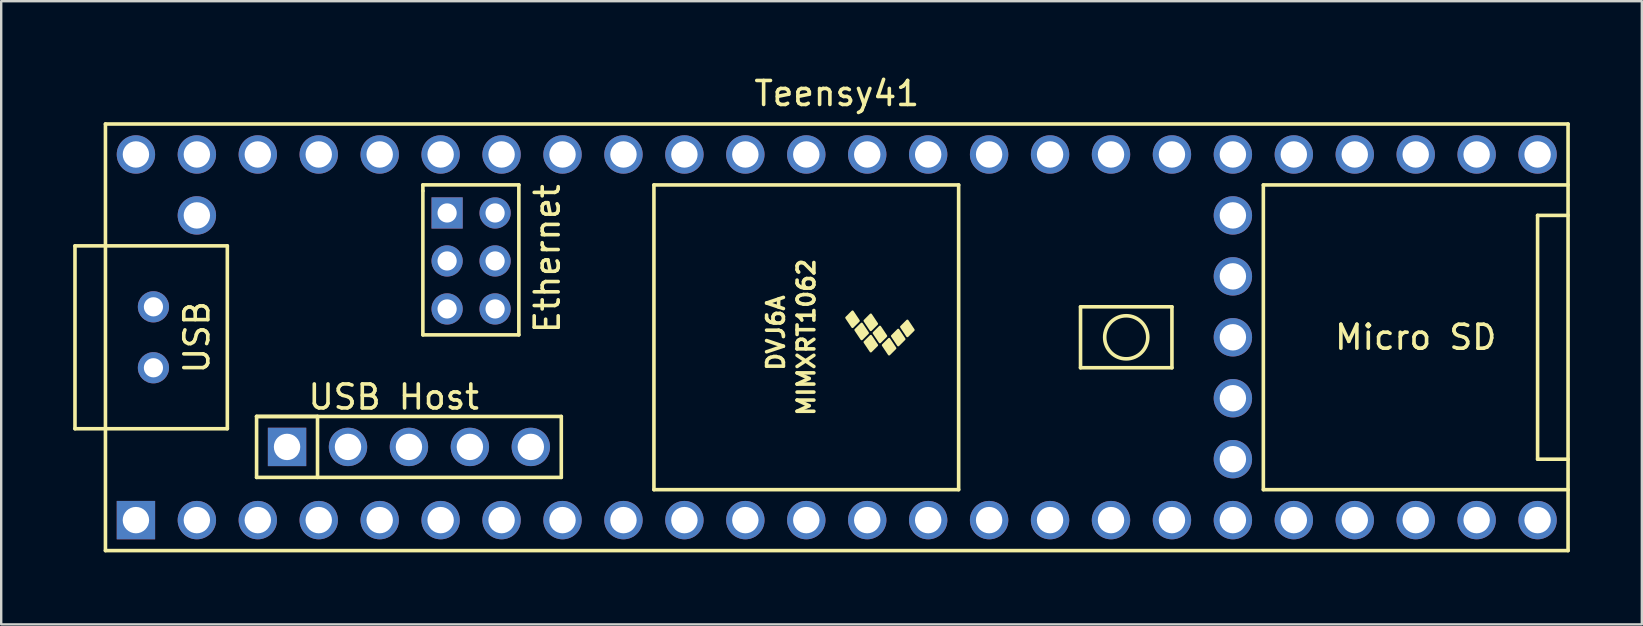
<source format=kicad_pcb>
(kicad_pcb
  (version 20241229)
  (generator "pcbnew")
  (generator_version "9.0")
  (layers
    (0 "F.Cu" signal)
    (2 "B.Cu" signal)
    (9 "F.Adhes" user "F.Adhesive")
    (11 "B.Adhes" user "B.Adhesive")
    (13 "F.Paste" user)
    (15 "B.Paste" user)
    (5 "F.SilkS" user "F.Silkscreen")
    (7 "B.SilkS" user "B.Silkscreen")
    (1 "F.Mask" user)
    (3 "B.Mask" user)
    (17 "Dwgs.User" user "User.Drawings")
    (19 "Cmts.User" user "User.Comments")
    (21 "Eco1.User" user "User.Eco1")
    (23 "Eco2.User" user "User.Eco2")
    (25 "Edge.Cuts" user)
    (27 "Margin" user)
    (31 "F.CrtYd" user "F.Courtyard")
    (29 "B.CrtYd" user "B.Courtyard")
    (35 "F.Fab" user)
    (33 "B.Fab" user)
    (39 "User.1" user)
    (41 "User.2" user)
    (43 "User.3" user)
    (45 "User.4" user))
  (footprint "Teensy41"
    (layer "F.Cu")
    (at 31.825 11.008)
    (property "Reference" "Teensy41" (at 0 -10.16 0) (layer "F.SilkS") (effects (font (size 1 1) (thickness 0.15))))
    (attr through_hole)
    (fp_line (start -31.75 -3.81) (end -30.48 -3.81) (stroke (width 0.15) (type solid)) (layer "F.SilkS"))
    (fp_line (start -31.75 3.81) (end -31.75 -3.81) (stroke (width 0.15) (type solid)) (layer "F.SilkS"))
    (fp_line (start -30.48 -8.89) (end 30.48 -8.89) (stroke (width 0.15) (type solid)) (layer "F.SilkS"))
    (fp_line (start -30.48 3.81) (end -31.75 3.81) (stroke (width 0.15) (type solid)) (layer "F.SilkS"))
    (fp_line (start -30.48 8.89) (end -30.48 -8.89) (stroke (width 0.15) (type solid)) (layer "F.SilkS"))
    (fp_line (start -25.4 -3.81) (end -30.48 -3.81) (stroke (width 0.15) (type solid)) (layer "F.SilkS"))
    (fp_line (start -25.4 3.81) (end -30.48 3.81) (stroke (width 0.15) (type solid)) (layer "F.SilkS"))
    (fp_line (start -25.4 3.81) (end -25.4 -3.81) (stroke (width 0.15) (type solid)) (layer "F.SilkS"))
    (fp_line (start -24.181 3.299) (end -21.641 3.299) (stroke (width 0.15) (type solid)) (layer "F.SilkS"))
    (fp_line (start -24.181 3.299) (end -11.481 3.299) (stroke (width 0.15) (type solid)) (layer "F.SilkS"))
    (fp_line (start -24.181 5.839) (end -24.181 3.299) (stroke (width 0.15) (type solid)) (layer "F.SilkS"))
    (fp_line (start -21.641 3.299) (end -21.641 5.839) (stroke (width 0.15) (type solid)) (layer "F.SilkS"))
    (fp_line (start -17.25 -6.352) (end -17.25 -6.102) (stroke (width 0.15) (type solid)) (layer "F.SilkS"))
    (fp_line (start -17.25 -6.102) (end -17.25 -0.102) (stroke (width 0.15) (type solid)) (layer "F.SilkS"))
    (fp_line (start -17.25 -0.102) (end -13.25 -0.102) (stroke (width 0.15) (type solid)) (layer "F.SilkS"))
    (fp_line (start -13.25 -6.352) (end -17.25 -6.352) (stroke (width 0.15) (type solid)) (layer "F.SilkS"))
    (fp_line (start -13.25 -0.102) (end -13.25 -6.352) (stroke (width 0.15) (type solid)) (layer "F.SilkS"))
    (fp_line (start -11.481 3.299) (end -11.481 5.839) (stroke (width 0.15) (type solid)) (layer "F.SilkS"))
    (fp_line (start -11.481 5.839) (end -24.181 5.839) (stroke (width 0.15) (type solid)) (layer "F.SilkS"))
    (fp_line (start -7.62 -6.35) (end -7.62 6.35) (stroke (width 0.15) (type solid)) (layer "F.SilkS"))
    (fp_line (start -7.62 6.35) (end 5.08 6.35) (stroke (width 0.15) (type solid)) (layer "F.SilkS"))
    (fp_line (start 5.08 -6.35) (end -7.62 -6.35) (stroke (width 0.15) (type solid)) (layer "F.SilkS"))
    (fp_line (start 5.08 6.35) (end 5.08 -6.35) (stroke (width 0.15) (type solid)) (layer "F.SilkS"))
    (fp_line (start 10.16 -1.27) (end 13.97 -1.27) (stroke (width 0.15) (type solid)) (layer "F.SilkS"))
    (fp_line (start 10.16 1.27) (end 10.16 -1.27) (stroke (width 0.15) (type solid)) (layer "F.SilkS"))
    (fp_line (start 13.97 -1.27) (end 13.97 1.27) (stroke (width 0.15) (type solid)) (layer "F.SilkS"))
    (fp_line (start 13.97 1.27) (end 10.16 1.27) (stroke (width 0.15) (type solid)) (layer "F.SilkS"))
    (fp_line (start 17.78 -6.35) (end 17.78 6.35) (stroke (width 0.15) (type solid)) (layer "F.SilkS"))
    (fp_line (start 17.78 6.35) (end 30.48 6.35) (stroke (width 0.15) (type solid)) (layer "F.SilkS"))
    (fp_line (start 29.21 -5.08) (end 29.21 5.08) (stroke (width 0.15) (type solid)) (layer "F.SilkS"))
    (fp_line (start 29.21 5.08) (end 30.48 5.08) (stroke (width 0.15) (type solid)) (layer "F.SilkS"))
    (fp_line (start 30.48 -8.89) (end 30.48 8.89) (stroke (width 0.15) (type solid)) (layer "F.SilkS"))
    (fp_line (start 30.48 -6.35) (end 17.78 -6.35) (stroke (width 0.15) (type solid)) (layer "F.SilkS"))
    (fp_line (start 30.48 -5.08) (end 29.21 -5.08) (stroke (width 0.15) (type solid)) (layer "F.SilkS"))
    (fp_line (start 30.48 8.89) (end -30.48 8.89) (stroke (width 0.15) (type solid)) (layer "F.SilkS"))
    (fp_circle (center 12.065 0) (end 12.7 -0.635) (stroke (width 0.15) (type solid)) (fill no) (layer "F.SilkS"))
    (fp_poly (pts (xy 0.911 -0.688) (xy 0.657 -0.434) (xy 0.403 -0.815) (xy 0.657 -1.069)) (stroke (width 0.1) (type solid)) (fill yes) (layer "F.SilkS"))
    (fp_poly (pts (xy 1.292 -0.18) (xy 1.038 0.074) (xy 0.784 -0.307) (xy 1.038 -0.561)) (stroke (width 0.1) (type solid)) (fill yes) (layer "F.SilkS"))
    (fp_poly (pts (xy 1.673 -0.561) (xy 1.419 -0.307) (xy 1.165 -0.688) (xy 1.419 -0.942)) (stroke (width 0.1) (type solid)) (fill yes) (layer "F.SilkS"))
    (fp_poly (pts (xy 1.673 0.328) (xy 1.419 0.582) (xy 1.165 0.201) (xy 1.419 -0.053)) (stroke (width 0.1) (type solid)) (fill yes) (layer "F.SilkS"))
    (fp_poly (pts (xy 2.054 -0.053) (xy 1.8 0.201) (xy 1.546 -0.18) (xy 1.8 -0.434)) (stroke (width 0.1) (type solid)) (fill yes) (layer "F.SilkS"))
    (fp_poly (pts (xy 2.435 0.455) (xy 2.181 0.709) (xy 1.927 0.328) (xy 2.181 0.074)) (stroke (width 0.1) (type solid)) (fill yes) (layer "F.SilkS"))
    (fp_poly (pts (xy 2.816 0.074) (xy 2.562 0.328) (xy 2.308 -0.053) (xy 2.562 -0.307)) (stroke (width 0.1) (type solid)) (fill yes) (layer "F.SilkS"))
    (fp_poly (pts (xy 3.197 -0.307) (xy 2.943 -0.053) (xy 2.689 -0.434) (xy 2.943 -0.688)) (stroke (width 0.1) (type solid)) (fill yes) (layer "F.SilkS"))
    (fp_text user "MIMXRT1062" (at -1.27 0 270) (layer "F.SilkS") (effects (font (size 0.7 0.7) (thickness 0.15))))
    (fp_text user "DVJ6A" (at -2.54 -0.18 270) (layer "F.SilkS") (effects (font (size 0.7 0.7) (thickness 0.15))))
    (fp_text user "Ethernet" (at -12.065 -3.277 90) (layer "F.SilkS") (effects (font (size 1 1) (thickness 0.15))))
    (fp_text user "USB Host" (at -18.466 2.489 0) (layer "F.SilkS") (effects (font (size 1 1) (thickness 0.15))))
    (fp_text user "Micro SD" (at 24.13 0 0) (layer "F.SilkS") (effects (font (size 1 1) (thickness 0.15))))
    (fp_text user "USB" (at -26.67 0 270) (layer "F.SilkS") (effects (font (size 1 1) (thickness 0.15))))
    (pad "1" thru_hole rect (at -29.21 7.62) (size 1.6 1.6) (drill 1.1) (layers "*.Cu" "*.Mask"))
    (pad "2" thru_hole circle (at -26.67 7.62) (size 1.6 1.6) (drill 1.1) (layers "*.Cu" "*.Mask"))
    (pad "3" thru_hole circle (at -24.13 7.62) (size 1.6 1.6) (drill 1.1) (layers "*.Cu" "*.Mask"))
    (pad "4" thru_hole circle (at -21.59 7.62) (size 1.6 1.6) (drill 1.1) (layers "*.Cu" "*.Mask"))
    (pad "5" thru_hole circle (at -19.05 7.62) (size 1.6 1.6) (drill 1.1) (layers "*.Cu" "*.Mask"))
    (pad "6" thru_hole circle (at -16.51 7.62) (size 1.6 1.6) (drill 1.1) (layers "*.Cu" "*.Mask"))
    (pad "7" thru_hole circle (at -13.97 7.62) (size 1.6 1.6) (drill 1.1) (layers "*.Cu" "*.Mask"))
    (pad "8" thru_hole circle (at -11.43 7.62) (size 1.6 1.6) (drill 1.1) (layers "*.Cu" "*.Mask"))
    (pad "9" thru_hole circle (at -8.89 7.62) (size 1.6 1.6) (drill 1.1) (layers "*.Cu" "*.Mask"))
    (pad "10" thru_hole circle (at -6.35 7.62) (size 1.6 1.6) (drill 1.1) (layers "*.Cu" "*.Mask"))
    (pad "11" thru_hole circle (at -3.81 7.62) (size 1.6 1.6) (drill 1.1) (layers "*.Cu" "*.Mask"))
    (pad "12" thru_hole circle (at -1.27 7.62) (size 1.6 1.6) (drill 1.1) (layers "*.Cu" "*.Mask"))
    (pad "13" thru_hole circle (at 1.27 7.62) (size 1.6 1.6) (drill 1.1) (layers "*.Cu" "*.Mask"))
    (pad "14" thru_hole circle (at 3.81 7.62) (size 1.6 1.6) (drill 1.1) (layers "*.Cu" "*.Mask"))
    (pad "15" thru_hole circle (at 6.35 7.62) (size 1.6 1.6) (drill 1.1) (layers "*.Cu" "*.Mask"))
    (pad "16" thru_hole circle (at 8.89 7.62) (size 1.6 1.6) (drill 1.1) (layers "*.Cu" "*.Mask"))
    (pad "17" thru_hole circle (at 11.43 7.62) (size 1.6 1.6) (drill 1.1) (layers "*.Cu" "*.Mask"))
    (pad "18" thru_hole circle (at 13.97 7.62) (size 1.6 1.6) (drill 1.1) (layers "*.Cu" "*.Mask"))
    (pad "19" thru_hole circle (at 16.51 7.62) (size 1.6 1.6) (drill 1.1) (layers "*.Cu" "*.Mask"))
    (pad "20" thru_hole circle (at 19.05 7.62) (size 1.6 1.6) (drill 1.1) (layers "*.Cu" "*.Mask"))
    (pad "21" thru_hole circle (at 21.59 7.62) (size 1.6 1.6) (drill 1.1) (layers "*.Cu" "*.Mask"))
    (pad "22" thru_hole circle (at 24.13 7.62) (size 1.6 1.6) (drill 1.1) (layers "*.Cu" "*.Mask"))
    (pad "23" thru_hole circle (at 26.67 7.62) (size 1.6 1.6) (drill 1.1) (layers "*.Cu" "*.Mask"))
    (pad "24" thru_hole circle (at 29.21 7.62) (size 1.6 1.6) (drill 1.1) (layers "*.Cu" "*.Mask"))
    (pad "25" thru_hole circle (at 29.21 -7.62) (size 1.6 1.6) (drill 1.1) (layers "*.Cu" "*.Mask"))
    (pad "26" thru_hole circle (at 26.67 -7.62) (size 1.6 1.6) (drill 1.1) (layers "*.Cu" "*.Mask"))
    (pad "27" thru_hole circle (at 24.13 -7.62) (size 1.6 1.6) (drill 1.1) (layers "*.Cu" "*.Mask"))
    (pad "28" thru_hole circle (at 21.59 -7.62) (size 1.6 1.6) (drill 1.1) (layers "*.Cu" "*.Mask"))
    (pad "29" thru_hole circle (at 19.05 -7.62) (size 1.6 1.6) (drill 1.1) (layers "*.Cu" "*.Mask"))
    (pad "30" thru_hole circle (at 16.51 -7.62) (size 1.6 1.6) (drill 1.1) (layers "*.Cu" "*.Mask"))
    (pad "31" thru_hole circle (at 13.97 -7.62) (size 1.6 1.6) (drill 1.1) (layers "*.Cu" "*.Mask"))
    (pad "32" thru_hole circle (at 11.43 -7.62) (size 1.6 1.6) (drill 1.1) (layers "*.Cu" "*.Mask"))
    (pad "33" thru_hole circle (at 8.89 -7.62) (size 1.6 1.6) (drill 1.1) (layers "*.Cu" "*.Mask"))
    (pad "34" thru_hole circle (at 6.35 -7.62) (size 1.6 1.6) (drill 1.1) (layers "*.Cu" "*.Mask"))
    (pad "35" thru_hole circle (at 3.81 -7.62) (size 1.6 1.6) (drill 1.1) (layers "*.Cu" "*.Mask"))
    (pad "36" thru_hole circle (at 1.27 -7.62) (size 1.6 1.6) (drill 1.1) (layers "*.Cu" "*.Mask"))
    (pad "37" thru_hole circle (at -1.27 -7.62) (size 1.6 1.6) (drill 1.1) (layers "*.Cu" "*.Mask"))
    (pad "38" thru_hole circle (at -3.81 -7.62) (size 1.6 1.6) (drill 1.1) (layers "*.Cu" "*.Mask"))
    (pad "39" thru_hole circle (at -6.35 -7.62) (size 1.6 1.6) (drill 1.1) (layers "*.Cu" "*.Mask"))
    (pad "40" thru_hole circle (at -8.89 -7.62) (size 1.6 1.6) (drill 1.1) (layers "*.Cu" "*.Mask"))
    (pad "41" thru_hole circle (at -11.43 -7.62) (size 1.6 1.6) (drill 1.1) (layers "*.Cu" "*.Mask"))
    (pad "42" thru_hole circle (at -13.97 -7.62) (size 1.6 1.6) (drill 1.1) (layers "*.Cu" "*.Mask"))
    (pad "43" thru_hole circle (at -16.51 -7.62) (size 1.6 1.6) (drill 1.1) (layers "*.Cu" "*.Mask"))
    (pad "44" thru_hole circle (at -19.05 -7.62) (size 1.6 1.6) (drill 1.1) (layers "*.Cu" "*.Mask"))
    (pad "45" thru_hole circle (at -21.59 -7.62) (size 1.6 1.6) (drill 1.1) (layers "*.Cu" "*.Mask"))
    (pad "46" thru_hole circle (at -24.13 -7.62) (size 1.6 1.6) (drill 1.1) (layers "*.Cu" "*.Mask"))
    (pad "47" thru_hole circle (at -26.67 -7.62) (size 1.6 1.6) (drill 1.1) (layers "*.Cu" "*.Mask"))
    (pad "48" thru_hole circle (at -29.21 -7.62) (size 1.6 1.6) (drill 1.1) (layers "*.Cu" "*.Mask"))
    (pad "49" thru_hole circle (at -26.67 -5.08) (size 1.6 1.6) (drill 1.1) (layers "*.Cu" "*.Mask"))
    (pad "50" thru_hole circle (at 16.51 5.08) (size 1.6 1.6) (drill 1.1) (layers "*.Cu" "*.Mask"))
    (pad "51" thru_hole circle (at 16.51 2.54) (size 1.6 1.6) (drill 1.1) (layers "*.Cu" "*.Mask"))
    (pad "52" thru_hole circle (at 16.51 0) (size 1.6 1.6) (drill 1.1) (layers "*.Cu" "*.Mask"))
    (pad "53" thru_hole circle (at 16.51 -2.54) (size 1.6 1.6) (drill 1.1) (layers "*.Cu" "*.Mask"))
    (pad "54" thru_hole circle (at 16.51 -5.08) (size 1.6 1.6) (drill 1.1) (layers "*.Cu" "*.Mask"))
    (pad "55" thru_hole rect (at -22.911 4.569) (size 1.6 1.6) (drill 1.1) (layers "*.Cu" "*.Mask"))
    (pad "56" thru_hole circle (at -20.371 4.569) (size 1.6 1.6) (drill 1.1) (layers "*.Cu" "*.Mask"))
    (pad "57" thru_hole circle (at -17.831 4.569) (size 1.6 1.6) (drill 1.1) (layers "*.Cu" "*.Mask"))
    (pad "58" thru_hole circle (at -15.291 4.569) (size 1.6 1.6) (drill 1.1) (layers "*.Cu" "*.Mask"))
    (pad "59" thru_hole circle (at -12.751 4.569) (size 1.6 1.6) (drill 1.1) (layers "*.Cu" "*.Mask"))
    (pad "60" thru_hole rect (at -16.24 -5.182) (size 1.3 1.3) (drill 0.8) (layers "*.Cu" "*.Mask"))
    (pad "61" thru_hole circle (at -16.24 -3.182) (size 1.3 1.3) (drill 0.8) (layers "*.Cu" "*.Mask"))
    (pad "62" thru_hole circle (at -16.24 -1.182) (size 1.3 1.3) (drill 0.8) (layers "*.Cu" "*.Mask"))
    (pad "63" thru_hole circle (at -14.24 -1.182) (size 1.3 1.3) (drill 0.8) (layers "*.Cu" "*.Mask"))
    (pad "64" thru_hole circle (at -14.24 -3.182) (size 1.3 1.3) (drill 0.8) (layers "*.Cu" "*.Mask"))
    (pad "65" thru_hole circle (at -14.24 -5.182) (size 1.3 1.3) (drill 0.8) (layers "*.Cu" "*.Mask"))
    (pad "66" thru_hole circle (at -28.48 -1.27) (size 1.3 1.3) (drill 0.8) (layers "*.Cu" "*.Mask"))
    (pad "67" thru_hole circle (at -28.48 1.27) (size 1.3 1.3) (drill 0.8) (layers "*.Cu" "*.Mask")))
  (gr_rect
    (start -3 -3)
    (end 65.38 22.973)
    (stroke (width 0.1) (type default))
    (fill no)
    (layer "Edge.Cuts")))
</source>
